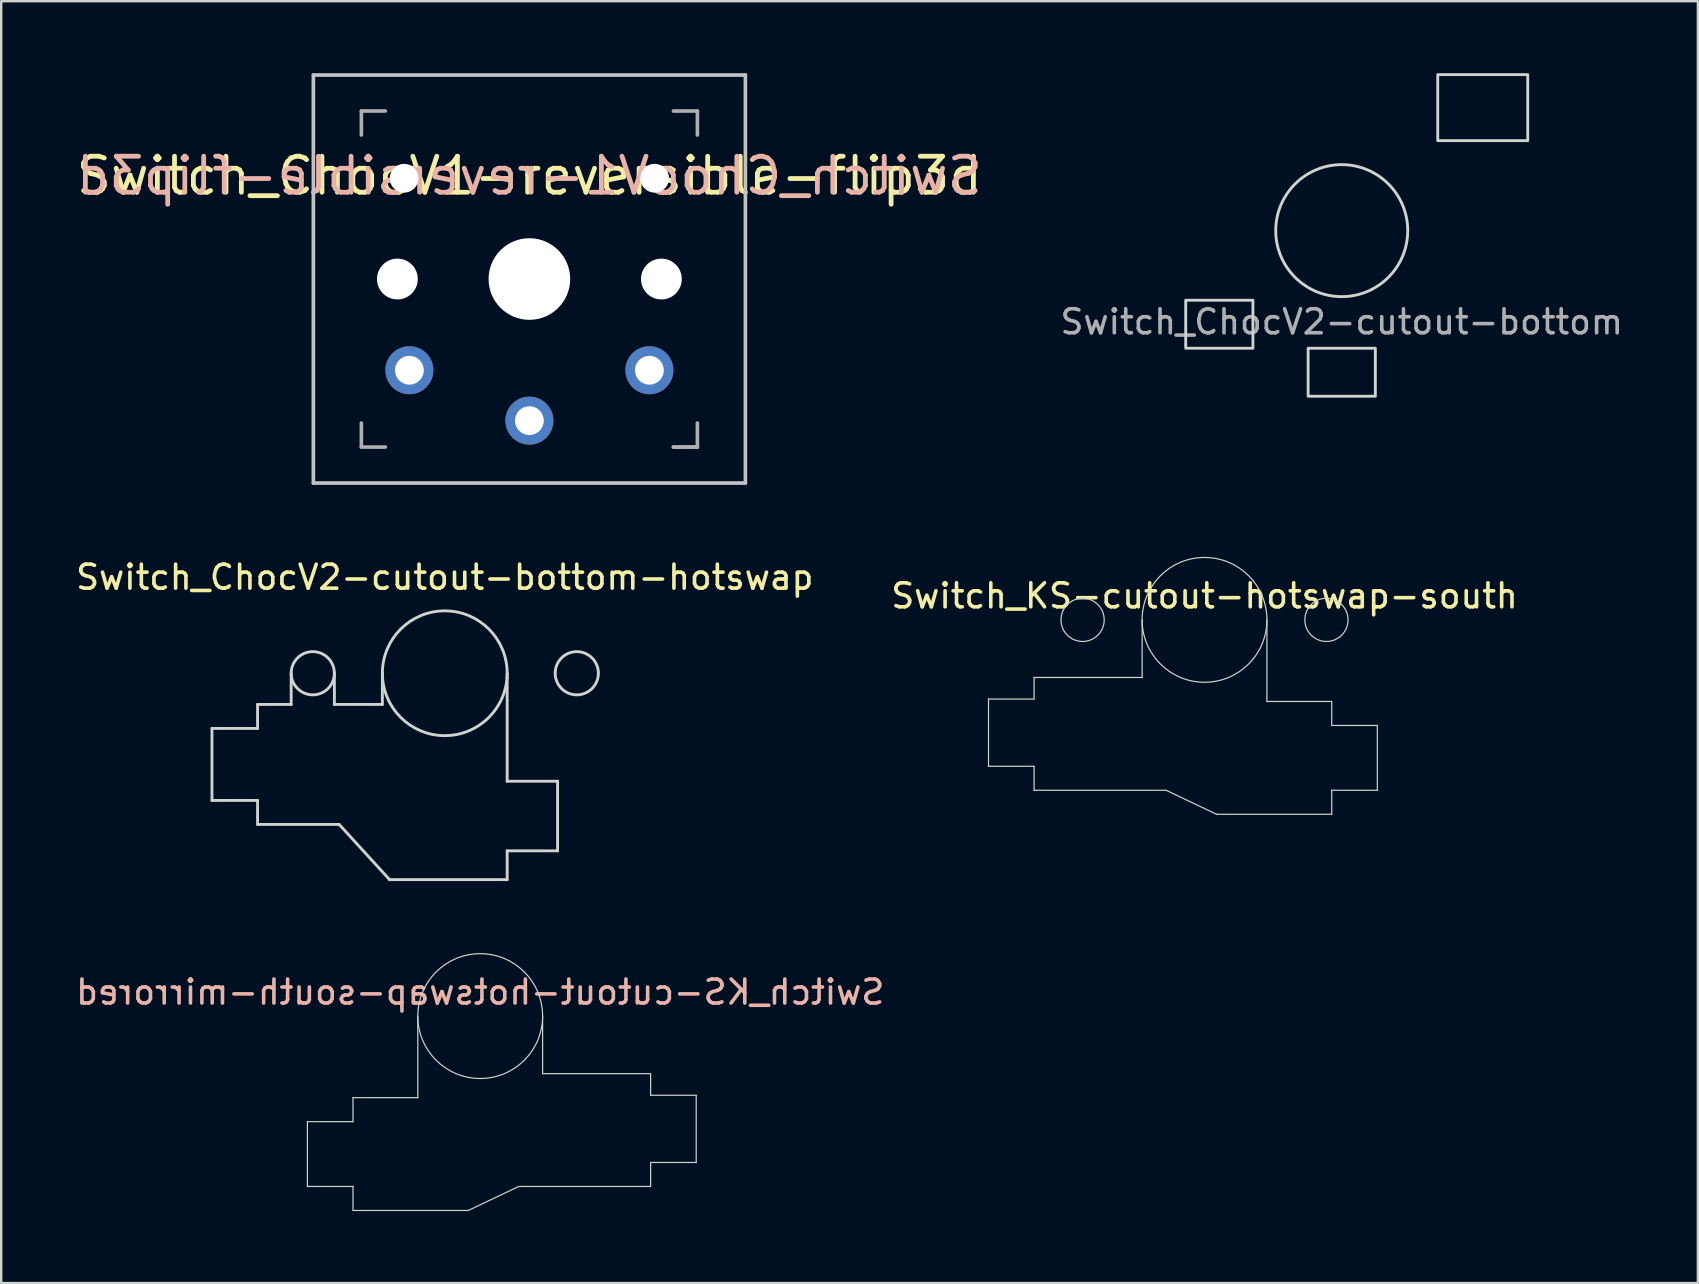
<source format=kicad_pcb>
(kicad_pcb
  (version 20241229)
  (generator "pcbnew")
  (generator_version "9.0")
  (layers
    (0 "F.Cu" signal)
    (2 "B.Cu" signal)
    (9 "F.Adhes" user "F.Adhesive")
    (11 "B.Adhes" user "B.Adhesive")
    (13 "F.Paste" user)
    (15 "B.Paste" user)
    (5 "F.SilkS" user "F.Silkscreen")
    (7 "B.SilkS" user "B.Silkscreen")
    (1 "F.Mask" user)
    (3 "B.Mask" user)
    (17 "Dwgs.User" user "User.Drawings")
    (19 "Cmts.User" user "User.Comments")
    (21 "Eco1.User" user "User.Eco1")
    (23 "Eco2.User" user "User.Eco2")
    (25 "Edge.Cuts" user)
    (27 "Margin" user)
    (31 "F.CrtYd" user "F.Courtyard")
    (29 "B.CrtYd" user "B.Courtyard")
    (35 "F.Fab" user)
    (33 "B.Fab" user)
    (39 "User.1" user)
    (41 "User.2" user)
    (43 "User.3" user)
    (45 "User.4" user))
  (footprint "Switch_KS-cutout-hotswap-south-mirrored"
    (layer "F.Cu")
    (at 16.958 39.286)
    (property "Reference" "Switch_KS-cutout-hotswap-south-mirrored" (at 0 -1 180) (layer "B.SilkS") (effects (font (size 1 1) (thickness 0.15)) (justify mirror)))
    (attr through_hole)
    (fp_line (start -7.2 4.4) (end -5.3 4.4) (stroke (width 0.05) (type default)) (layer "Edge.Cuts"))
    (fp_line (start -7.2 7.1) (end -7.2 4.4) (stroke (width 0.05) (type default)) (layer "Edge.Cuts"))
    (fp_line (start -5.3 3.4) (end -2.6 3.4) (stroke (width 0.05) (type default)) (layer "Edge.Cuts"))
    (fp_line (start -5.3 4.4) (end -5.3 3.4) (stroke (width 0.05) (type default)) (layer "Edge.Cuts"))
    (fp_line (start -5.3 7.1) (end -7.2 7.1) (stroke (width 0.05) (type default)) (layer "Edge.Cuts"))
    (fp_line (start -5.3 8.1) (end -5.3 7.1) (stroke (width 0.05) (type default)) (layer "Edge.Cuts"))
    (fp_line (start -2.6 0) (end -2.6 3.4) (stroke (width 0.05) (type default)) (layer "Edge.Cuts"))
    (fp_line (start -0.5 8.1) (end -5.3 8.1) (stroke (width 0.05) (type default)) (layer "Edge.Cuts"))
    (fp_line (start 1.6 7.1) (end -0.5 8.1) (stroke (width 0.05) (type default)) (layer "Edge.Cuts"))
    (fp_line (start 2.6 0) (end 2.6 2.4) (stroke (width 0.05) (type default)) (layer "Edge.Cuts"))
    (fp_line (start 2.6 2.4) (end 7.1 2.4) (stroke (width 0.05) (type default)) (layer "Edge.Cuts"))
    (fp_line (start 7.1 2.4) (end 7.1 3.3) (stroke (width 0.05) (type default)) (layer "Edge.Cuts"))
    (fp_line (start 7.1 3.3) (end 9 3.3) (stroke (width 0.05) (type default)) (layer "Edge.Cuts"))
    (fp_line (start 7.1 6.1) (end 7.1 7.1) (stroke (width 0.05) (type default)) (layer "Edge.Cuts"))
    (fp_line (start 7.1 7.1) (end 1.6 7.1) (stroke (width 0.05) (type default)) (layer "Edge.Cuts"))
    (fp_line (start 9 3.3) (end 9 6.1) (stroke (width 0.05) (type default)) (layer "Edge.Cuts"))
    (fp_line (start 9 6.1) (end 7.1 6.1) (stroke (width 0.05) (type default)) (layer "Edge.Cuts"))
    (fp_circle (center 0 0) (end -2.6 0) (stroke (width 0.05) (type default)) (fill no) (layer "Edge.Cuts")))
  (footprint "Switch_ChocV2-cutout-bottom"
    (layer "F.Cu")
    (at 52.854 6.56)
    (property "Reference" "Switch_ChocV2-cutout-bottom" (at 0 3.8 0) (layer "F.Fab") (effects (font (size 1 1) (thickness 0.15))))
    (attr through_hole)
    (fp_rect (start -6.5 2.9) (end -3.7 4.9) (stroke (width 0.12) (type default)) (fill no) (layer "Edge.Cuts"))
    (fp_rect (start -1.4 4.9) (end 1.4 6.9) (stroke (width 0.12) (type default)) (fill no) (layer "Edge.Cuts"))
    (fp_rect (start 4 -6.5) (end 7.75 -3.75) (stroke (width 0.12) (type solid)) (fill no) (layer "Edge.Cuts"))
    (fp_circle (center 0 0) (end 0 -2.75) (stroke (width 0.12) (type solid)) (fill no) (layer "Edge.Cuts")))
  (footprint "Switch_ChocV1-reversible-flip3d"
    (layer "F.Cu")
    (at 19.007 8.576)
    (property "Reference" "Switch_ChocV1-reversible-flip3d" (at 0 -4.3 180) (layer "F.SilkS") (effects (font (size 1.5 1.5) (thickness 0.2))))
    (attr through_hole)
    (fp_line (start -9 -8.5) (end 9 -8.5) (stroke (width 0.152) (type solid)) (layer "Dwgs.User"))
    (fp_line (start -9 8.5) (end -9 -8.5) (stroke (width 0.152) (type solid)) (layer "Dwgs.User"))
    (fp_line (start 9 -8.5) (end 9 8.5) (stroke (width 0.152) (type solid)) (layer "Dwgs.User"))
    (fp_line (start 9 8.5) (end -9 8.5) (stroke (width 0.152) (type solid)) (layer "Dwgs.User"))
    (fp_line (start -7.5 -7.5) (end 7.5 -7.5) (stroke (width 0.152) (type solid)) (layer "Eco2.User"))
    (fp_line (start -7.5 7.5) (end -7.5 -7.5) (stroke (width 0.152) (type solid)) (layer "Eco2.User"))
    (fp_line (start 7.5 -7.5) (end 7.5 7.5) (stroke (width 0.152) (type solid)) (layer "Eco2.User"))
    (fp_line (start 7.5 7.5) (end -7.5 7.5) (stroke (width 0.152) (type solid)) (layer "Eco2.User"))
    (fp_line (start -7 -6) (end -7 -7) (stroke (width 0.15) (type solid)) (layer "F.Fab"))
    (fp_line (start -7 7) (end -7 6) (stroke (width 0.15) (type solid)) (layer "F.Fab"))
    (fp_line (start -7 7) (end -6 7) (stroke (width 0.15) (type solid)) (layer "F.Fab"))
    (fp_line (start -6 -7) (end -7 -7) (stroke (width 0.15) (type solid)) (layer "F.Fab"))
    (fp_line (start 6 7) (end 7 7) (stroke (width 0.15) (type solid)) (layer "F.Fab"))
    (fp_line (start 7 -7) (end 6 -7) (stroke (width 0.15) (type solid)) (layer "F.Fab"))
    (fp_line (start 7 -7) (end 7 -6) (stroke (width 0.15) (type solid)) (layer "F.Fab"))
    (fp_line (start 7 6) (end 7 7) (stroke (width 0.15) (type solid)) (layer "F.Fab"))
    (fp_line (start 7 7) (end 6 7) (stroke (width 0.15) (type solid)) (layer "F.Fab"))
    (fp_text user "${REFERENCE}" (at 0 -4.3 0) (unlocked yes) (layer "B.SilkS") (effects (font (size 1.5 1.5) (thickness 0.2)) (justify mirror)))
    (pad "" np_thru_hole circle (at -5.5 0 180) (size 1.7 1.7) (drill 1.7) (layers "*.Cu" "*.Mask"))
    (pad "" np_thru_hole circle (at -5.22 -4.2 180) (size 1.2 1.2) (drill 1.2) (layers "*.Cu"))
    (pad "" np_thru_hole circle (at 0 0 180) (size 3.4 3.4) (drill 3.4) (layers "*.Cu" "*.Mask"))
    (pad "" np_thru_hole circle (at 5.22 -4.2 180) (size 1.2 1.2) (drill 1.2) (layers "*.Cu"))
    (pad "" np_thru_hole circle (at 5.5 0 180) (size 1.7 1.7) (drill 1.7) (layers "*.Cu" "*.Mask"))
    (pad "1" thru_hole circle (at 0 5.9 180) (size 2 2) (drill 1.2) (layers "*.Cu" "*.Mask"))
    (pad "2" thru_hole circle (at -5 3.8 41.9) (size 2 2) (drill 1.2) (layers "*.Cu" "B.Mask"))
    (pad "2" thru_hole circle (at 5 3.8 41.9) (size 2 2) (drill 1.2) (layers "*.Cu" "F.Mask")))
  (footprint "Switch_KS-cutout-hotswap-south"
    (layer "F.Cu")
    (at 47.137 22.777)
    (property "Reference" "Switch_KS-cutout-hotswap-south" (at 0 -1 180) (layer "F.SilkS") (effects (font (size 1 1) (thickness 0.15))))
    (attr through_hole)
    (fp_line (start -9 3.3) (end -9 6.1) (stroke (width 0.05) (type default)) (layer "Edge.Cuts"))
    (fp_line (start -9 6.1) (end -7.1 6.1) (stroke (width 0.05) (type default)) (layer "Edge.Cuts"))
    (fp_line (start -7.1 2.4) (end -7.1 3.3) (stroke (width 0.05) (type default)) (layer "Edge.Cuts"))
    (fp_line (start -7.1 3.3) (end -9 3.3) (stroke (width 0.05) (type default)) (layer "Edge.Cuts"))
    (fp_line (start -7.1 6.1) (end -7.1 7.1) (stroke (width 0.05) (type default)) (layer "Edge.Cuts"))
    (fp_line (start -7.1 7.1) (end -1.6 7.1) (stroke (width 0.05) (type default)) (layer "Edge.Cuts"))
    (fp_line (start -2.6 0) (end -2.6 2.4) (stroke (width 0.05) (type default)) (layer "Edge.Cuts"))
    (fp_line (start -2.6 2.4) (end -7.1 2.4) (stroke (width 0.05) (type default)) (layer "Edge.Cuts"))
    (fp_line (start -1.6 7.1) (end 0.5 8.1) (stroke (width 0.05) (type default)) (layer "Edge.Cuts"))
    (fp_line (start 0.5 8.1) (end 5.3 8.1) (stroke (width 0.05) (type default)) (layer "Edge.Cuts"))
    (fp_line (start 2.6 0) (end 2.6 3.4) (stroke (width 0.05) (type default)) (layer "Edge.Cuts"))
    (fp_line (start 5.3 3.4) (end 2.6 3.4) (stroke (width 0.05) (type default)) (layer "Edge.Cuts"))
    (fp_line (start 5.3 4.4) (end 5.3 3.4) (stroke (width 0.05) (type default)) (layer "Edge.Cuts"))
    (fp_line (start 5.3 7.1) (end 7.2 7.1) (stroke (width 0.05) (type default)) (layer "Edge.Cuts"))
    (fp_line (start 5.3 8.1) (end 5.3 7.1) (stroke (width 0.05) (type default)) (layer "Edge.Cuts"))
    (fp_line (start 7.2 4.4) (end 5.3 4.4) (stroke (width 0.05) (type default)) (layer "Edge.Cuts"))
    (fp_line (start 7.2 7.1) (end 7.2 4.4) (stroke (width 0.05) (type default)) (layer "Edge.Cuts"))
    (fp_circle (center -5.08 0) (end -4.18 0) (stroke (width 0.05) (type default)) (fill no) (layer "Edge.Cuts"))
    (fp_circle (center 0 0) (end 2.6 0) (stroke (width 0.05) (type default)) (fill no) (layer "Edge.Cuts"))
    (fp_circle (center 5.08 0) (end 5.98 0) (stroke (width 0.05) (type default)) (fill no) (layer "Edge.Cuts")))
  (footprint "Switch_ChocV2-cutout-bottom-hotswap"
    (layer "F.Cu")
    (at 15.482 25.001)
    (property "Reference" "Switch_ChocV2-cutout-bottom-hotswap" (at 0 -4 0) (layer "F.SilkS") (effects (font (size 1 1) (thickness 0.15))))
    (fp_line (start -9.7 2.3) (end -9.7 5.3) (stroke (width 0.12) (type solid)) (layer "Edge.Cuts"))
    (fp_line (start -9.7 5.3) (end -7.8 5.3) (stroke (width 0.12) (type solid)) (layer "Edge.Cuts"))
    (fp_line (start -7.8 1.3) (end -7.8 2.3) (stroke (width 0.12) (type solid)) (layer "Edge.Cuts"))
    (fp_line (start -7.8 2.3) (end -9.7 2.3) (stroke (width 0.12) (type solid)) (layer "Edge.Cuts"))
    (fp_line (start -7.8 5.3) (end -7.8 6.3) (stroke (width 0.12) (type solid)) (layer "Edge.Cuts"))
    (fp_line (start -7.8 6.3) (end -4.4 6.3) (stroke (width 0.12) (type solid)) (layer "Edge.Cuts"))
    (fp_line (start -6.4 0) (end -6.4 1.3) (stroke (width 0.12) (type default)) (layer "Edge.Cuts"))
    (fp_line (start -6.4 1.3) (end -7.8 1.3) (stroke (width 0.12) (type solid)) (layer "Edge.Cuts"))
    (fp_line (start -4.6 0) (end -4.6 1.3) (stroke (width 0.12) (type default)) (layer "Edge.Cuts"))
    (fp_line (start -4.6 1.3) (end -2.6 1.3) (stroke (width 0.12) (type default)) (layer "Edge.Cuts"))
    (fp_line (start -2.6 1.3) (end -2.6 0) (stroke (width 0.12) (type default)) (layer "Edge.Cuts"))
    (fp_line (start -2.3 8.6) (end -4.4 6.3) (stroke (width 0.12) (type solid)) (layer "Edge.Cuts"))
    (fp_line (start -2.3 8.6) (end 2.6 8.6) (stroke (width 0.12) (type solid)) (layer "Edge.Cuts"))
    (fp_line (start 2.6 0) (end 2.6 4.5) (stroke (width 0.12) (type default)) (layer "Edge.Cuts"))
    (fp_line (start 2.6 7.4) (end 4.7 7.4) (stroke (width 0.12) (type solid)) (layer "Edge.Cuts"))
    (fp_line (start 2.6 8.6) (end 2.6 7.4) (stroke (width 0.12) (type solid)) (layer "Edge.Cuts"))
    (fp_line (start 4.7 4.5) (end 2.6 4.5) (stroke (width 0.12) (type solid)) (layer "Edge.Cuts"))
    (fp_line (start 4.7 7.4) (end 4.7 4.5) (stroke (width 0.12) (type solid)) (layer "Edge.Cuts"))
    (fp_circle (center -5.5 0) (end -5.5 -0.9) (stroke (width 0.12) (type solid)) (fill no) (layer "Edge.Cuts"))
    (fp_circle (center 0 0) (end 2.6 0) (stroke (width 0.12) (type solid)) (fill no) (layer "Edge.Cuts"))
    (fp_circle (center 5.5 0) (end 5.5 -0.9) (stroke (width 0.12) (type solid)) (fill no) (layer "Edge.Cuts")))
  (gr_rect
    (start -3 -3)
    (end 67.693 50.411)
    (stroke (width 0.1) (type default))
    (fill no)
    (layer "Edge.Cuts")))
</source>
